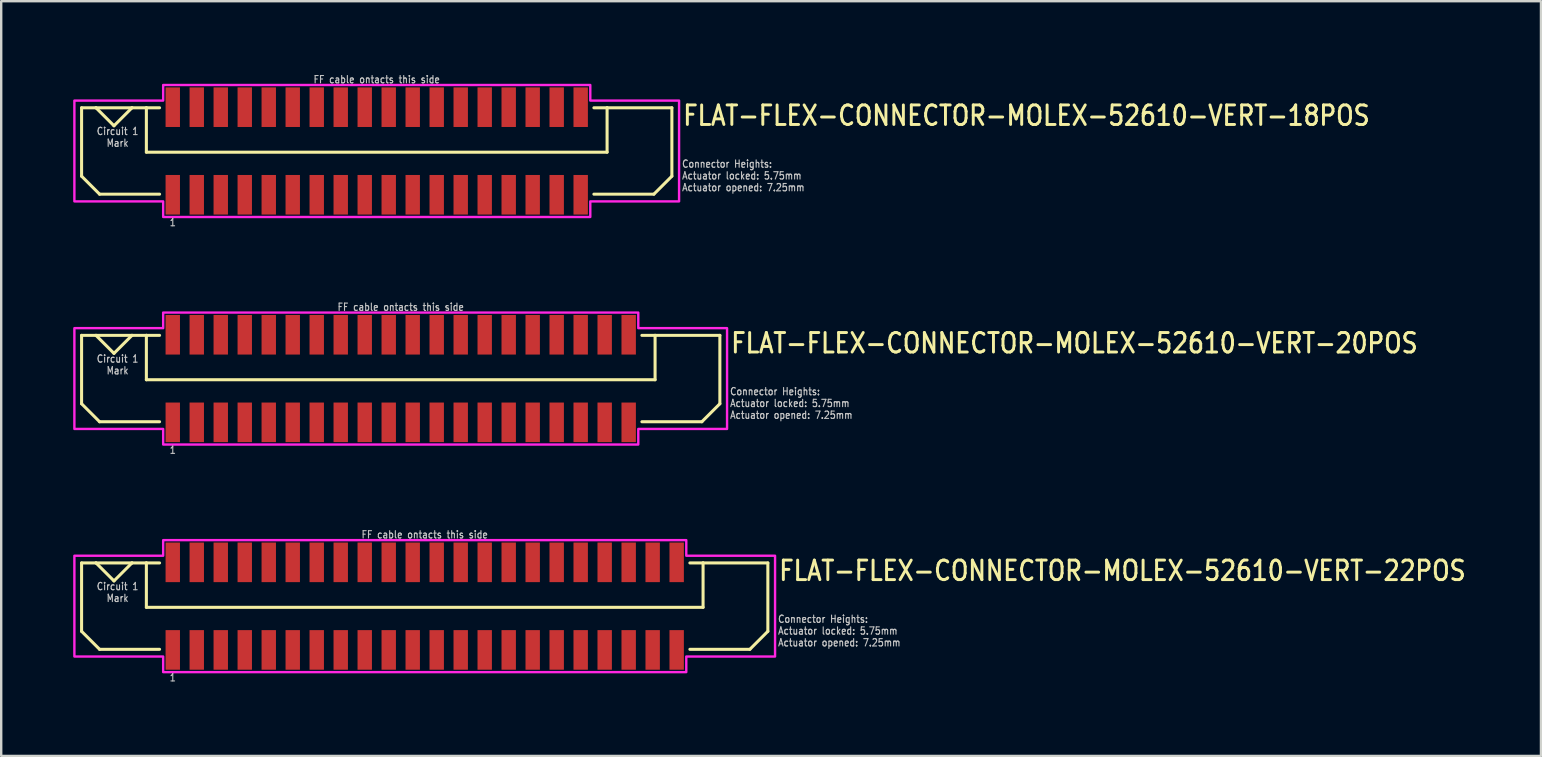
<source format=kicad_pcb>
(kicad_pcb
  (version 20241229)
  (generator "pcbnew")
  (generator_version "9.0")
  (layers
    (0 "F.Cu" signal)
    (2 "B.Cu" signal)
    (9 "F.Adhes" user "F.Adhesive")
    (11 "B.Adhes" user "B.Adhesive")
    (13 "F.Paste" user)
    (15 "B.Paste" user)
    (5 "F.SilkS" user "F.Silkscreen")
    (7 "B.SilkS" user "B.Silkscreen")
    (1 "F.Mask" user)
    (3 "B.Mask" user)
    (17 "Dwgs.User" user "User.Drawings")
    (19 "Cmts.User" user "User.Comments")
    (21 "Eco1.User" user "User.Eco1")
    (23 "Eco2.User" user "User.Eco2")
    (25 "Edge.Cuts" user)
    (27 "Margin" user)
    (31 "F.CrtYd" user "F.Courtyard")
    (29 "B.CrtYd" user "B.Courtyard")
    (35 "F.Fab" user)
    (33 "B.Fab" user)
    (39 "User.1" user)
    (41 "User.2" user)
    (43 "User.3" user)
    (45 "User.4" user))
  (footprint "FLAT-FLEX-CONNECTOR-MOLEX-52610-VERT-22POS"
    (layer "F.Cu")
    (at 14.65 22.21)
    (property "Reference" "FLAT-FLEX-CONNECTOR-MOLEX-52610-VERT-22POS" (at 14.7 -1 0) (unlocked yes) (layer "F.SilkS") (effects (font (size 0.813 0.695) (thickness 0.122)) (justify left bottom)))
    (fp_line (start -14.3 -1.8) (end -14.3 1.05) (stroke (width 0.127) (type solid)) (layer "F.SilkS"))
    (fp_line (start -14.3 1.05) (end -13.55 1.8) (stroke (width 0.127) (type solid)) (layer "F.SilkS"))
    (fp_line (start -13.7 -1.8) (end -14.3 -1.8) (stroke (width 0.127) (type solid)) (layer "F.SilkS"))
    (fp_line (start -13.7 -1.8) (end -12.95 -1.05) (stroke (width 0.127) (type solid)) (layer "F.SilkS"))
    (fp_line (start -13.55 1.8) (end -11.05 1.8) (stroke (width 0.127) (type solid)) (layer "F.SilkS"))
    (fp_line (start -12.95 -1.05) (end -12.2 -1.8) (stroke (width 0.127) (type solid)) (layer "F.SilkS"))
    (fp_line (start -12.2 -1.8) (end -13.7 -1.8) (stroke (width 0.127) (type solid)) (layer "F.SilkS"))
    (fp_line (start -11.6 -1.8) (end -12.2 -1.8) (stroke (width 0.127) (type solid)) (layer "F.SilkS"))
    (fp_line (start -11.6 -1.8) (end -11.6 0.05) (stroke (width 0.127) (type solid)) (layer "F.SilkS"))
    (fp_line (start -11.6 0.05) (end 11.6 0.05) (stroke (width 0.127) (type solid)) (layer "F.SilkS"))
    (fp_line (start -11.05 -1.8) (end -11.6 -1.8) (stroke (width 0.127) (type solid)) (layer "F.SilkS"))
    (fp_line (start 11.05 -1.8) (end 11.6 -1.8) (stroke (width 0.127) (type solid)) (layer "F.SilkS"))
    (fp_line (start 11.6 -1.8) (end 14.3 -1.8) (stroke (width 0.127) (type solid)) (layer "F.SilkS"))
    (fp_line (start 11.6 0.05) (end 11.6 -1.8) (stroke (width 0.127) (type solid)) (layer "F.SilkS"))
    (fp_line (start 13.55 1.8) (end 11.05 1.8) (stroke (width 0.127) (type solid)) (layer "F.SilkS"))
    (fp_line (start 14.3 -1.8) (end 14.3 1.05) (stroke (width 0.127) (type solid)) (layer "F.SilkS"))
    (fp_line (start 14.3 1.05) (end 13.55 1.8) (stroke (width 0.127) (type solid)) (layer "F.SilkS"))
    (fp_poly (pts (xy -14.6 -2.1) (xy -10.9 -2.1) (xy -10.9 -2.75) (xy 10.9 -2.75) (xy 10.9 -2.1) (xy 14.6 -2.1) (xy 14.6 2.1) (xy 10.9 2.1) (xy 10.9 2.75) (xy -10.9 2.75) (xy -10.9 2.1) (xy -14.6 2.1)) (stroke (width 0.1) (type solid)) (fill no) (layer "F.CrtYd"))
    (fp_text user "Connector Heights:\nActuator locked: 5.75mm\nActuator opened: 7.25mm" (at 14.7 1.7 0) (unlocked yes) (layer "Dwgs.User") (effects (font (size 0.305 0.261) (thickness 0.046)) (justify left bottom)))
    (fp_text user "FF cable ontacts this side" (at 0 -2.8 0) (unlocked yes) (layer "Dwgs.User") (effects (font (size 0.305 0.261) (thickness 0.046)) (justify bottom)))
    (fp_text user "Circuit 1\nMark" (at -12.8 -1 0) (unlocked yes) (layer "Dwgs.User") (effects (font (size 0.305 0.261) (thickness 0.046)) (justify top)))
    (fp_text user "1" (at -10.5 2.8 0) (unlocked yes) (layer "Dwgs.User") (effects (font (size 0.305 0.261) (thickness 0.046)) (justify top)))
    (pad "PC1" smd rect (at -10.5 -1.825) (size 0.6 1.65) (layers "F.Cu" "F.Mask" "F.Paste"))
    (pad "PC2" smd rect (at -9.5 -1.825) (size 0.6 1.65) (layers "F.Cu" "F.Mask" "F.Paste"))
    (pad "PC3" smd rect (at -8.5 -1.825) (size 0.6 1.65) (layers "F.Cu" "F.Mask" "F.Paste"))
    (pad "PC4" smd rect (at -7.5 -1.825) (size 0.6 1.65) (layers "F.Cu" "F.Mask" "F.Paste"))
    (pad "PC5" smd rect (at -6.5 -1.825) (size 0.6 1.65) (layers "F.Cu" "F.Mask" "F.Paste"))
    (pad "PC6" smd rect (at -5.5 -1.825) (size 0.6 1.65) (layers "F.Cu" "F.Mask" "F.Paste"))
    (pad "PC7" smd rect (at -4.5 -1.825) (size 0.6 1.65) (layers "F.Cu" "F.Mask" "F.Paste"))
    (pad "PC8" smd rect (at -3.5 -1.825) (size 0.6 1.65) (layers "F.Cu" "F.Mask" "F.Paste"))
    (pad "PC9" smd rect (at -2.5 -1.825) (size 0.6 1.65) (layers "F.Cu" "F.Mask" "F.Paste"))
    (pad "PC10" smd rect (at -1.5 -1.825) (size 0.6 1.65) (layers "F.Cu" "F.Mask" "F.Paste"))
    (pad "PC11" smd rect (at -0.5 -1.825) (size 0.6 1.65) (layers "F.Cu" "F.Mask" "F.Paste"))
    (pad "PC12" smd rect (at 0.5 -1.825) (size 0.6 1.65) (layers "F.Cu" "F.Mask" "F.Paste"))
    (pad "PC13" smd rect (at 1.5 -1.825) (size 0.6 1.65) (layers "F.Cu" "F.Mask" "F.Paste"))
    (pad "PC14" smd rect (at 2.5 -1.825) (size 0.6 1.65) (layers "F.Cu" "F.Mask" "F.Paste"))
    (pad "PC15" smd rect (at 3.5 -1.825) (size 0.6 1.65) (layers "F.Cu" "F.Mask" "F.Paste"))
    (pad "PC16" smd rect (at 4.5 -1.825) (size 0.6 1.65) (layers "F.Cu" "F.Mask" "F.Paste"))
    (pad "PC17" smd rect (at 5.5 -1.825) (size 0.6 1.65) (layers "F.Cu" "F.Mask" "F.Paste"))
    (pad "PC18" smd rect (at 6.5 -1.825) (size 0.6 1.65) (layers "F.Cu" "F.Mask" "F.Paste"))
    (pad "PC19" smd rect (at 7.5 -1.825) (size 0.6 1.65) (layers "F.Cu" "F.Mask" "F.Paste"))
    (pad "PC20" smd rect (at 8.5 -1.825) (size 0.6 1.65) (layers "F.Cu" "F.Mask" "F.Paste"))
    (pad "PC21" smd rect (at 9.5 -1.825) (size 0.6 1.65) (layers "F.Cu" "F.Mask" "F.Paste"))
    (pad "PC22" smd rect (at 10.5 -1.825) (size 0.6 1.65) (layers "F.Cu" "F.Mask" "F.Paste"))
    (pad "PS1" smd rect (at -10.5 1.825) (size 0.6 1.65) (layers "F.Cu" "F.Mask" "F.Paste"))
    (pad "PS2" smd rect (at -9.5 1.825) (size 0.6 1.65) (layers "F.Cu" "F.Mask" "F.Paste"))
    (pad "PS3" smd rect (at -8.5 1.825) (size 0.6 1.65) (layers "F.Cu" "F.Mask" "F.Paste"))
    (pad "PS4" smd rect (at -7.5 1.825) (size 0.6 1.65) (layers "F.Cu" "F.Mask" "F.Paste"))
    (pad "PS5" smd rect (at -6.5 1.825) (size 0.6 1.65) (layers "F.Cu" "F.Mask" "F.Paste"))
    (pad "PS6" smd rect (at -5.5 1.825) (size 0.6 1.65) (layers "F.Cu" "F.Mask" "F.Paste"))
    (pad "PS7" smd rect (at -4.5 1.825) (size 0.6 1.65) (layers "F.Cu" "F.Mask" "F.Paste"))
    (pad "PS8" smd rect (at -3.5 1.825) (size 0.6 1.65) (layers "F.Cu" "F.Mask" "F.Paste"))
    (pad "PS9" smd rect (at -2.5 1.825) (size 0.6 1.65) (layers "F.Cu" "F.Mask" "F.Paste"))
    (pad "PS10" smd rect (at -1.5 1.825) (size 0.6 1.65) (layers "F.Cu" "F.Mask" "F.Paste"))
    (pad "PS11" smd rect (at -0.5 1.825) (size 0.6 1.65) (layers "F.Cu" "F.Mask" "F.Paste"))
    (pad "PS12" smd rect (at 0.5 1.825) (size 0.6 1.65) (layers "F.Cu" "F.Mask" "F.Paste"))
    (pad "PS13" smd rect (at 1.5 1.825) (size 0.6 1.65) (layers "F.Cu" "F.Mask" "F.Paste"))
    (pad "PS14" smd rect (at 2.5 1.825) (size 0.6 1.65) (layers "F.Cu" "F.Mask" "F.Paste"))
    (pad "PS15" smd rect (at 3.5 1.825) (size 0.6 1.65) (layers "F.Cu" "F.Mask" "F.Paste"))
    (pad "PS16" smd rect (at 4.5 1.825) (size 0.6 1.65) (layers "F.Cu" "F.Mask" "F.Paste"))
    (pad "PS17" smd rect (at 5.5 1.825) (size 0.6 1.65) (layers "F.Cu" "F.Mask" "F.Paste"))
    (pad "PS18" smd rect (at 6.5 1.825) (size 0.6 1.65) (layers "F.Cu" "F.Mask" "F.Paste"))
    (pad "PS19" smd rect (at 7.5 1.825) (size 0.6 1.65) (layers "F.Cu" "F.Mask" "F.Paste"))
    (pad "PS20" smd rect (at 8.5 1.825) (size 0.6 1.65) (layers "F.Cu" "F.Mask" "F.Paste"))
    (pad "PS21" smd rect (at 9.5 1.825) (size 0.6 1.65) (layers "F.Cu" "F.Mask" "F.Paste"))
    (pad "PS22" smd rect (at 10.5 1.825) (size 0.6 1.65) (layers "F.Cu" "F.Mask" "F.Paste")))
  (footprint "FLAT-FLEX-CONNECTOR-MOLEX-52610-VERT-20POS"
    (layer "F.Cu")
    (at 13.65 12.726)
    (property "Reference" "FLAT-FLEX-CONNECTOR-MOLEX-52610-VERT-20POS" (at 13.7 -1 0) (unlocked yes) (layer "F.SilkS") (effects (font (size 0.813 0.695) (thickness 0.122)) (justify left bottom)))
    (fp_line (start -13.3 -1.8) (end -13.3 1.05) (stroke (width 0.127) (type solid)) (layer "F.SilkS"))
    (fp_line (start -13.3 1.05) (end -12.55 1.8) (stroke (width 0.127) (type solid)) (layer "F.SilkS"))
    (fp_line (start -12.7 -1.8) (end -13.3 -1.8) (stroke (width 0.127) (type solid)) (layer "F.SilkS"))
    (fp_line (start -12.7 -1.8) (end -11.95 -1.05) (stroke (width 0.127) (type solid)) (layer "F.SilkS"))
    (fp_line (start -12.55 1.8) (end -10.05 1.8) (stroke (width 0.127) (type solid)) (layer "F.SilkS"))
    (fp_line (start -11.95 -1.05) (end -11.2 -1.8) (stroke (width 0.127) (type solid)) (layer "F.SilkS"))
    (fp_line (start -11.2 -1.8) (end -12.7 -1.8) (stroke (width 0.127) (type solid)) (layer "F.SilkS"))
    (fp_line (start -10.6 -1.8) (end -11.2 -1.8) (stroke (width 0.127) (type solid)) (layer "F.SilkS"))
    (fp_line (start -10.6 -1.8) (end -10.6 0.05) (stroke (width 0.127) (type solid)) (layer "F.SilkS"))
    (fp_line (start -10.6 0.05) (end 10.6 0.05) (stroke (width 0.127) (type solid)) (layer "F.SilkS"))
    (fp_line (start -10.05 -1.8) (end -10.6 -1.8) (stroke (width 0.127) (type solid)) (layer "F.SilkS"))
    (fp_line (start 10.05 -1.8) (end 10.6 -1.8) (stroke (width 0.127) (type solid)) (layer "F.SilkS"))
    (fp_line (start 10.6 -1.8) (end 13.3 -1.8) (stroke (width 0.127) (type solid)) (layer "F.SilkS"))
    (fp_line (start 10.6 0.05) (end 10.6 -1.8) (stroke (width 0.127) (type solid)) (layer "F.SilkS"))
    (fp_line (start 12.55 1.8) (end 10.05 1.8) (stroke (width 0.127) (type solid)) (layer "F.SilkS"))
    (fp_line (start 13.3 -1.8) (end 13.3 1.05) (stroke (width 0.127) (type solid)) (layer "F.SilkS"))
    (fp_line (start 13.3 1.05) (end 12.55 1.8) (stroke (width 0.127) (type solid)) (layer "F.SilkS"))
    (fp_poly (pts (xy -13.6 -2.1) (xy -9.9 -2.1) (xy -9.9 -2.75) (xy 9.9 -2.75) (xy 9.9 -2.1) (xy 13.6 -2.1) (xy 13.6 2.1) (xy 9.9 2.1) (xy 9.9 2.75) (xy -9.9 2.75) (xy -9.9 2.1) (xy -13.6 2.1)) (stroke (width 0.1) (type solid)) (fill no) (layer "F.CrtYd"))
    (fp_text user "FF cable ontacts this side" (at 0 -2.8 0) (unlocked yes) (layer "Dwgs.User") (effects (font (size 0.305 0.261) (thickness 0.046)) (justify bottom)))
    (fp_text user "Circuit 1\nMark" (at -11.8 -1 0) (unlocked yes) (layer "Dwgs.User") (effects (font (size 0.305 0.261) (thickness 0.046)) (justify top)))
    (fp_text user "1" (at -9.5 2.8 0) (unlocked yes) (layer "Dwgs.User") (effects (font (size 0.305 0.261) (thickness 0.046)) (justify top)))
    (fp_text user "Connector Heights:\nActuator locked: 5.75mm\nActuator opened: 7.25mm" (at 13.7 1.7 0) (unlocked yes) (layer "Dwgs.User") (effects (font (size 0.305 0.261) (thickness 0.046)) (justify left bottom)))
    (pad "PC1" smd rect (at -9.5 -1.825) (size 0.6 1.65) (layers "F.Cu" "F.Mask" "F.Paste"))
    (pad "PC2" smd rect (at -8.5 -1.825) (size 0.6 1.65) (layers "F.Cu" "F.Mask" "F.Paste"))
    (pad "PC3" smd rect (at -7.5 -1.825) (size 0.6 1.65) (layers "F.Cu" "F.Mask" "F.Paste"))
    (pad "PC4" smd rect (at -6.5 -1.825) (size 0.6 1.65) (layers "F.Cu" "F.Mask" "F.Paste"))
    (pad "PC5" smd rect (at -5.5 -1.825) (size 0.6 1.65) (layers "F.Cu" "F.Mask" "F.Paste"))
    (pad "PC6" smd rect (at -4.5 -1.825) (size 0.6 1.65) (layers "F.Cu" "F.Mask" "F.Paste"))
    (pad "PC7" smd rect (at -3.5 -1.825) (size 0.6 1.65) (layers "F.Cu" "F.Mask" "F.Paste"))
    (pad "PC8" smd rect (at -2.5 -1.825) (size 0.6 1.65) (layers "F.Cu" "F.Mask" "F.Paste"))
    (pad "PC9" smd rect (at -1.5 -1.825) (size 0.6 1.65) (layers "F.Cu" "F.Mask" "F.Paste"))
    (pad "PC10" smd rect (at -0.5 -1.825) (size 0.6 1.65) (layers "F.Cu" "F.Mask" "F.Paste"))
    (pad "PC11" smd rect (at 0.5 -1.825) (size 0.6 1.65) (layers "F.Cu" "F.Mask" "F.Paste"))
    (pad "PC12" smd rect (at 1.5 -1.825) (size 0.6 1.65) (layers "F.Cu" "F.Mask" "F.Paste"))
    (pad "PC13" smd rect (at 2.5 -1.825) (size 0.6 1.65) (layers "F.Cu" "F.Mask" "F.Paste"))
    (pad "PC14" smd rect (at 3.5 -1.825) (size 0.6 1.65) (layers "F.Cu" "F.Mask" "F.Paste"))
    (pad "PC15" smd rect (at 4.5 -1.825) (size 0.6 1.65) (layers "F.Cu" "F.Mask" "F.Paste"))
    (pad "PC16" smd rect (at 5.5 -1.825) (size 0.6 1.65) (layers "F.Cu" "F.Mask" "F.Paste"))
    (pad "PC17" smd rect (at 6.5 -1.825) (size 0.6 1.65) (layers "F.Cu" "F.Mask" "F.Paste"))
    (pad "PC18" smd rect (at 7.5 -1.825) (size 0.6 1.65) (layers "F.Cu" "F.Mask" "F.Paste"))
    (pad "PC19" smd rect (at 8.5 -1.825) (size 0.6 1.65) (layers "F.Cu" "F.Mask" "F.Paste"))
    (pad "PC20" smd rect (at 9.5 -1.825) (size 0.6 1.65) (layers "F.Cu" "F.Mask" "F.Paste"))
    (pad "PS1" smd rect (at -9.5 1.825) (size 0.6 1.65) (layers "F.Cu" "F.Mask" "F.Paste"))
    (pad "PS2" smd rect (at -8.5 1.825) (size 0.6 1.65) (layers "F.Cu" "F.Mask" "F.Paste"))
    (pad "PS3" smd rect (at -7.5 1.825) (size 0.6 1.65) (layers "F.Cu" "F.Mask" "F.Paste"))
    (pad "PS4" smd rect (at -6.5 1.825) (size 0.6 1.65) (layers "F.Cu" "F.Mask" "F.Paste"))
    (pad "PS5" smd rect (at -5.5 1.825) (size 0.6 1.65) (layers "F.Cu" "F.Mask" "F.Paste"))
    (pad "PS6" smd rect (at -4.5 1.825) (size 0.6 1.65) (layers "F.Cu" "F.Mask" "F.Paste"))
    (pad "PS7" smd rect (at -3.5 1.825) (size 0.6 1.65) (layers "F.Cu" "F.Mask" "F.Paste"))
    (pad "PS8" smd rect (at -2.5 1.825) (size 0.6 1.65) (layers "F.Cu" "F.Mask" "F.Paste"))
    (pad "PS9" smd rect (at -1.5 1.825) (size 0.6 1.65) (layers "F.Cu" "F.Mask" "F.Paste"))
    (pad "PS10" smd rect (at -0.5 1.825) (size 0.6 1.65) (layers "F.Cu" "F.Mask" "F.Paste"))
    (pad "PS11" smd rect (at 0.5 1.825) (size 0.6 1.65) (layers "F.Cu" "F.Mask" "F.Paste"))
    (pad "PS12" smd rect (at 1.5 1.825) (size 0.6 1.65) (layers "F.Cu" "F.Mask" "F.Paste"))
    (pad "PS13" smd rect (at 2.5 1.825) (size 0.6 1.65) (layers "F.Cu" "F.Mask" "F.Paste"))
    (pad "PS14" smd rect (at 3.5 1.825) (size 0.6 1.65) (layers "F.Cu" "F.Mask" "F.Paste"))
    (pad "PS15" smd rect (at 4.5 1.825) (size 0.6 1.65) (layers "F.Cu" "F.Mask" "F.Paste"))
    (pad "PS16" smd rect (at 5.5 1.825) (size 0.6 1.65) (layers "F.Cu" "F.Mask" "F.Paste"))
    (pad "PS17" smd rect (at 6.5 1.825) (size 0.6 1.65) (layers "F.Cu" "F.Mask" "F.Paste"))
    (pad "PS18" smd rect (at 7.5 1.825) (size 0.6 1.65) (layers "F.Cu" "F.Mask" "F.Paste"))
    (pad "PS19" smd rect (at 8.5 1.825) (size 0.6 1.65) (layers "F.Cu" "F.Mask" "F.Paste"))
    (pad "PS20" smd rect (at 9.5 1.825) (size 0.6 1.65) (layers "F.Cu" "F.Mask" "F.Paste")))
  (footprint "FLAT-FLEX-CONNECTOR-MOLEX-52610-VERT-18POS"
    (layer "F.Cu")
    (at 12.65 3.242)
    (property "Reference" "FLAT-FLEX-CONNECTOR-MOLEX-52610-VERT-18POS" (at 12.7 -1 0) (unlocked yes) (layer "F.SilkS") (effects (font (size 0.813 0.695) (thickness 0.122)) (justify left bottom)))
    (fp_line (start -12.3 -1.8) (end -12.3 1.05) (stroke (width 0.127) (type solid)) (layer "F.SilkS"))
    (fp_line (start -12.3 1.05) (end -11.55 1.8) (stroke (width 0.127) (type solid)) (layer "F.SilkS"))
    (fp_line (start -11.7 -1.8) (end -12.3 -1.8) (stroke (width 0.127) (type solid)) (layer "F.SilkS"))
    (fp_line (start -11.7 -1.8) (end -10.95 -1.05) (stroke (width 0.127) (type solid)) (layer "F.SilkS"))
    (fp_line (start -11.55 1.8) (end -9.05 1.8) (stroke (width 0.127) (type solid)) (layer "F.SilkS"))
    (fp_line (start -10.95 -1.05) (end -10.2 -1.8) (stroke (width 0.127) (type solid)) (layer "F.SilkS"))
    (fp_line (start -10.2 -1.8) (end -11.7 -1.8) (stroke (width 0.127) (type solid)) (layer "F.SilkS"))
    (fp_line (start -9.6 -1.8) (end -10.2 -1.8) (stroke (width 0.127) (type solid)) (layer "F.SilkS"))
    (fp_line (start -9.6 -1.8) (end -9.6 0.05) (stroke (width 0.127) (type solid)) (layer "F.SilkS"))
    (fp_line (start -9.6 0.05) (end 9.6 0.05) (stroke (width 0.127) (type solid)) (layer "F.SilkS"))
    (fp_line (start -9.05 -1.8) (end -9.6 -1.8) (stroke (width 0.127) (type solid)) (layer "F.SilkS"))
    (fp_line (start 9.05 -1.8) (end 9.6 -1.8) (stroke (width 0.127) (type solid)) (layer "F.SilkS"))
    (fp_line (start 9.6 -1.8) (end 12.3 -1.8) (stroke (width 0.127) (type solid)) (layer "F.SilkS"))
    (fp_line (start 9.6 0.05) (end 9.6 -1.8) (stroke (width 0.127) (type solid)) (layer "F.SilkS"))
    (fp_line (start 11.55 1.8) (end 9.05 1.8) (stroke (width 0.127) (type solid)) (layer "F.SilkS"))
    (fp_line (start 12.3 -1.8) (end 12.3 1.05) (stroke (width 0.127) (type solid)) (layer "F.SilkS"))
    (fp_line (start 12.3 1.05) (end 11.55 1.8) (stroke (width 0.127) (type solid)) (layer "F.SilkS"))
    (fp_poly (pts (xy -12.6 -2.1) (xy -8.9 -2.1) (xy -8.9 -2.75) (xy 8.9 -2.75) (xy 8.9 -2.1) (xy 12.6 -2.1) (xy 12.6 2.1) (xy 8.9 2.1) (xy 8.9 2.75) (xy -8.9 2.75) (xy -8.9 2.1) (xy -12.6 2.1)) (stroke (width 0.1) (type solid)) (fill no) (layer "F.CrtYd"))
    (fp_text user "Connector Heights:\nActuator locked: 5.75mm\nActuator opened: 7.25mm" (at 12.7 1.7 0) (unlocked yes) (layer "Dwgs.User") (effects (font (size 0.305 0.261) (thickness 0.046)) (justify left bottom)))
    (fp_text user "FF cable ontacts this side" (at 0 -2.8 0) (unlocked yes) (layer "Dwgs.User") (effects (font (size 0.305 0.261) (thickness 0.046)) (justify bottom)))
    (fp_text user "Circuit 1\nMark" (at -10.8 -1 0) (unlocked yes) (layer "Dwgs.User") (effects (font (size 0.305 0.261) (thickness 0.046)) (justify top)))
    (fp_text user "1" (at -8.5 2.8 0) (unlocked yes) (layer "Dwgs.User") (effects (font (size 0.305 0.261) (thickness 0.046)) (justify top)))
    (pad "PC1" smd rect (at -8.5 -1.825) (size 0.6 1.65) (layers "F.Cu" "F.Mask" "F.Paste"))
    (pad "PC2" smd rect (at -7.5 -1.825) (size 0.6 1.65) (layers "F.Cu" "F.Mask" "F.Paste"))
    (pad "PC3" smd rect (at -6.5 -1.825) (size 0.6 1.65) (layers "F.Cu" "F.Mask" "F.Paste"))
    (pad "PC4" smd rect (at -5.5 -1.825) (size 0.6 1.65) (layers "F.Cu" "F.Mask" "F.Paste"))
    (pad "PC5" smd rect (at -4.5 -1.825) (size 0.6 1.65) (layers "F.Cu" "F.Mask" "F.Paste"))
    (pad "PC6" smd rect (at -3.5 -1.825) (size 0.6 1.65) (layers "F.Cu" "F.Mask" "F.Paste"))
    (pad "PC7" smd rect (at -2.5 -1.825) (size 0.6 1.65) (layers "F.Cu" "F.Mask" "F.Paste"))
    (pad "PC8" smd rect (at -1.5 -1.825) (size 0.6 1.65) (layers "F.Cu" "F.Mask" "F.Paste"))
    (pad "PC9" smd rect (at -0.5 -1.825) (size 0.6 1.65) (layers "F.Cu" "F.Mask" "F.Paste"))
    (pad "PC10" smd rect (at 0.5 -1.825) (size 0.6 1.65) (layers "F.Cu" "F.Mask" "F.Paste"))
    (pad "PC11" smd rect (at 1.5 -1.825) (size 0.6 1.65) (layers "F.Cu" "F.Mask" "F.Paste"))
    (pad "PC12" smd rect (at 2.5 -1.825) (size 0.6 1.65) (layers "F.Cu" "F.Mask" "F.Paste"))
    (pad "PC13" smd rect (at 3.5 -1.825) (size 0.6 1.65) (layers "F.Cu" "F.Mask" "F.Paste"))
    (pad "PC14" smd rect (at 4.5 -1.825) (size 0.6 1.65) (layers "F.Cu" "F.Mask" "F.Paste"))
    (pad "PC15" smd rect (at 5.5 -1.825) (size 0.6 1.65) (layers "F.Cu" "F.Mask" "F.Paste"))
    (pad "PC16" smd rect (at 6.5 -1.825) (size 0.6 1.65) (layers "F.Cu" "F.Mask" "F.Paste"))
    (pad "PC17" smd rect (at 7.5 -1.825) (size 0.6 1.65) (layers "F.Cu" "F.Mask" "F.Paste"))
    (pad "PC18" smd rect (at 8.5 -1.825) (size 0.6 1.65) (layers "F.Cu" "F.Mask" "F.Paste"))
    (pad "PS1" smd rect (at -8.5 1.825) (size 0.6 1.65) (layers "F.Cu" "F.Mask" "F.Paste"))
    (pad "PS2" smd rect (at -7.5 1.825) (size 0.6 1.65) (layers "F.Cu" "F.Mask" "F.Paste"))
    (pad "PS3" smd rect (at -6.5 1.825) (size 0.6 1.65) (layers "F.Cu" "F.Mask" "F.Paste"))
    (pad "PS4" smd rect (at -5.5 1.825) (size 0.6 1.65) (layers "F.Cu" "F.Mask" "F.Paste"))
    (pad "PS5" smd rect (at -4.5 1.825) (size 0.6 1.65) (layers "F.Cu" "F.Mask" "F.Paste"))
    (pad "PS6" smd rect (at -3.5 1.825) (size 0.6 1.65) (layers "F.Cu" "F.Mask" "F.Paste"))
    (pad "PS7" smd rect (at -2.5 1.825) (size 0.6 1.65) (layers "F.Cu" "F.Mask" "F.Paste"))
    (pad "PS8" smd rect (at -1.5 1.825) (size 0.6 1.65) (layers "F.Cu" "F.Mask" "F.Paste"))
    (pad "PS9" smd rect (at -0.5 1.825) (size 0.6 1.65) (layers "F.Cu" "F.Mask" "F.Paste"))
    (pad "PS10" smd rect (at 0.5 1.825) (size 0.6 1.65) (layers "F.Cu" "F.Mask" "F.Paste"))
    (pad "PS11" smd rect (at 1.5 1.825) (size 0.6 1.65) (layers "F.Cu" "F.Mask" "F.Paste"))
    (pad "PS12" smd rect (at 2.5 1.825) (size 0.6 1.65) (layers "F.Cu" "F.Mask" "F.Paste"))
    (pad "PS13" smd rect (at 3.5 1.825) (size 0.6 1.65) (layers "F.Cu" "F.Mask" "F.Paste"))
    (pad "PS14" smd rect (at 4.5 1.825) (size 0.6 1.65) (layers "F.Cu" "F.Mask" "F.Paste"))
    (pad "PS15" smd rect (at 5.5 1.825) (size 0.6 1.65) (layers "F.Cu" "F.Mask" "F.Paste"))
    (pad "PS16" smd rect (at 6.5 1.825) (size 0.6 1.65) (layers "F.Cu" "F.Mask" "F.Paste"))
    (pad "PS17" smd rect (at 7.5 1.825) (size 0.6 1.65) (layers "F.Cu" "F.Mask" "F.Paste"))
    (pad "PS18" smd rect (at 8.5 1.825) (size 0.6 1.65) (layers "F.Cu" "F.Mask" "F.Paste")))
  (gr_rect
    (start -3 -3)
    (end 61.169 28.452)
    (stroke (width 0.1) (type default))
    (fill no)
    (layer "Edge.Cuts")))
</source>
